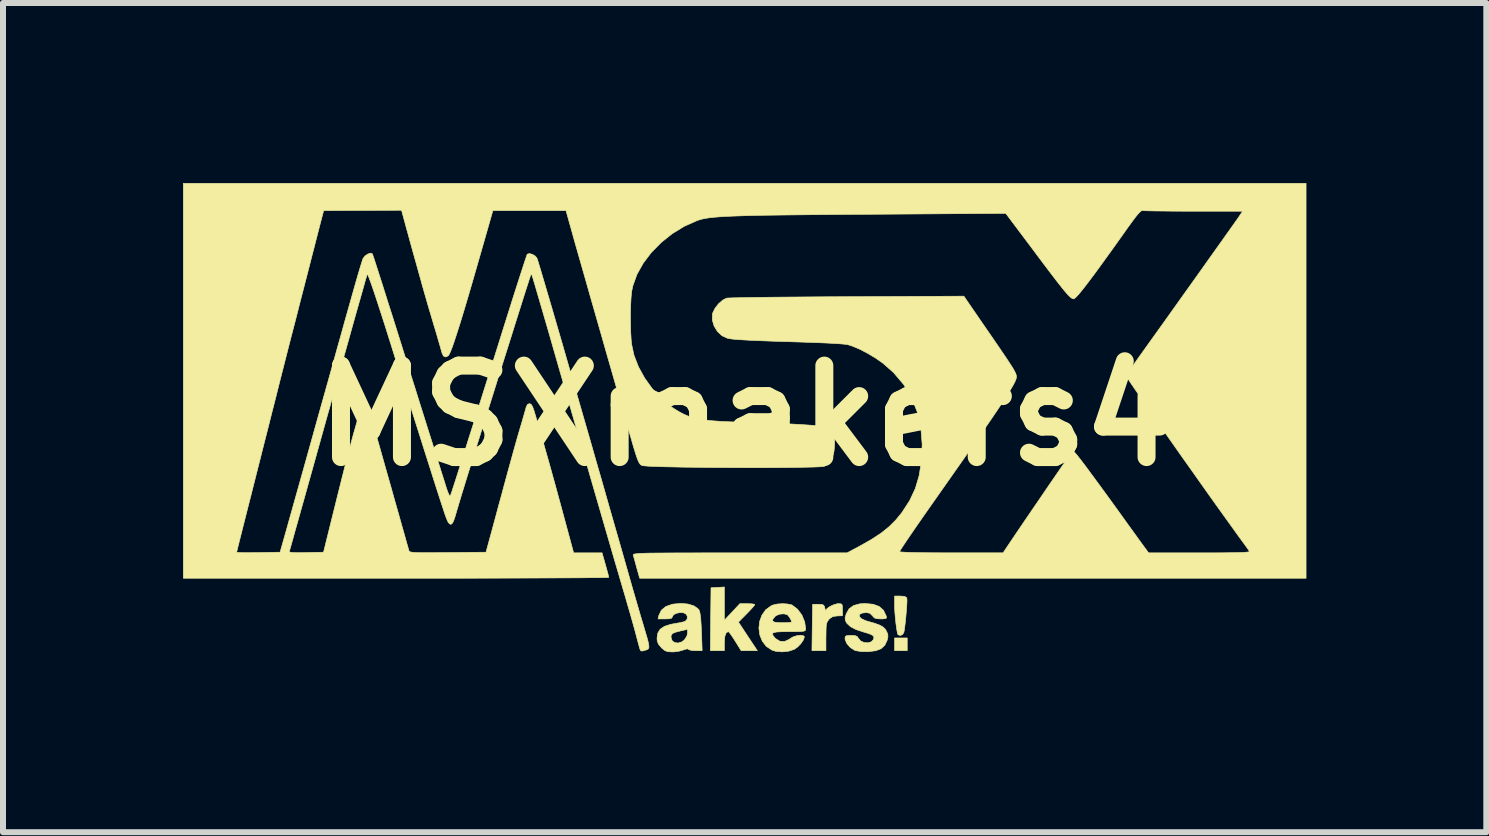
<source format=kicad_pcb>
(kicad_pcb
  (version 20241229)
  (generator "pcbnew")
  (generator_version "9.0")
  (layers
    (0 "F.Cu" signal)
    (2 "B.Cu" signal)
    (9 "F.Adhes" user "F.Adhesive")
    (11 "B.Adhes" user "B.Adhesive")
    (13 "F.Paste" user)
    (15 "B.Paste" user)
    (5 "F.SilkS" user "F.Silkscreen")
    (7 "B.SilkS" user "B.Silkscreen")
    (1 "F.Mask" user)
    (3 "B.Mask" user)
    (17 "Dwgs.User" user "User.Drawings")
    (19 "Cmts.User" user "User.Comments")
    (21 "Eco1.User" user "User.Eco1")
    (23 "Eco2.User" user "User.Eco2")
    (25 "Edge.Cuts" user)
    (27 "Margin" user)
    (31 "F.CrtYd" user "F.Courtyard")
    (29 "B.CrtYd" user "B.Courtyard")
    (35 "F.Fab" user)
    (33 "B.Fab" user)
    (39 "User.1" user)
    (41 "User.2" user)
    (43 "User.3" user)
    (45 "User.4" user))
  (footprint "MSXmakers4"
    (layer "F.Cu")
    (at 9.382 3.878)
    (property "Reference" "MSXmakers4" (at 0 0 0) (layer "F.SilkS") (effects (font (size 1.524 1.524) (thickness 0.3))))
    (attr through_hole)
    (fp_poly (pts (xy 2.688 3.916) (xy 2.477 3.916) (xy 2.477 3.704) (xy 2.688 3.704) (xy 2.688 3.916)) (stroke (width 0.01) (type solid)) (fill yes) (layer "F.SilkS"))
    (fp_poly (pts (xy 2.641 3.011) (xy 2.676 3.03) (xy 2.681 3.04) (xy 2.684 3.072) (xy 2.682 3.136) (xy 2.676 3.221) (xy 2.668 3.319) (xy 2.659 3.418) (xy 2.648 3.509) (xy 2.638 3.582) (xy 2.631 3.614) (xy 2.608 3.649) (xy 2.57 3.663) (xy 2.537 3.651) (xy 2.532 3.646) (xy 2.522 3.611) (xy 2.511 3.545) (xy 2.499 3.458) (xy 2.489 3.361) (xy 2.481 3.264) (xy 2.477 3.179) (xy 2.477 3.152) (xy 2.477 3.006) (xy 2.572 3.006) (xy 2.641 3.011)) (stroke (width 0.01) (type solid)) (fill yes) (layer "F.SilkS"))
    (fp_poly (pts (xy -0.36 3.409) (xy -0.23 3.271) (xy -0.101 3.133) (xy 0.024 3.133) (xy 0.09 3.135) (xy 0.135 3.141) (xy 0.148 3.148) (xy 0.134 3.169) (xy 0.097 3.212) (xy 0.043 3.27) (xy 0.012 3.301) (xy -0.125 3.44) (xy 0.032 3.678) (xy 0.19 3.916) (xy -0.08 3.916) (xy -0.179 3.757) (xy -0.225 3.686) (xy -0.263 3.632) (xy -0.288 3.602) (xy -0.294 3.598) (xy -0.329 3.618) (xy -0.352 3.677) (xy -0.36 3.774) (xy -0.36 3.782) (xy -0.36 3.916) (xy -0.593 3.916) (xy -0.588 3.392) (xy -0.582 2.868) (xy -0.471 2.862) (xy -0.36 2.855) (xy -0.36 3.409)) (stroke (width 0.01) (type solid)) (fill yes) (layer "F.SilkS"))
    (fp_poly (pts (xy 1.582 3.135) (xy 1.602 3.149) (xy 1.608 3.187) (xy 1.609 3.234) (xy 1.609 3.334) (xy 1.52 3.337) (xy 1.449 3.347) (xy 1.398 3.379) (xy 1.382 3.396) (xy 1.361 3.425) (xy 1.346 3.457) (xy 1.338 3.502) (xy 1.335 3.569) (xy 1.334 3.668) (xy 1.333 3.684) (xy 1.333 3.916) (xy 1.1 3.916) (xy 1.105 3.53) (xy 1.111 3.143) (xy 1.206 3.143) (xy 1.266 3.146) (xy 1.296 3.158) (xy 1.311 3.188) (xy 1.315 3.207) (xy 1.325 3.243) (xy 1.331 3.247) (xy 1.331 3.246) (xy 1.352 3.214) (xy 1.4 3.18) (xy 1.462 3.151) (xy 1.522 3.134) (xy 1.542 3.133) (xy 1.582 3.135)) (stroke (width 0.01) (type solid)) (fill yes) (layer "F.SilkS"))
    (fp_poly (pts (xy -0.965 3.139) (xy -0.868 3.169) (xy -0.8 3.216) (xy -0.78 3.242) (xy -0.766 3.289) (xy -0.754 3.375) (xy -0.746 3.499) (xy -0.741 3.604) (xy -0.73 3.916) (xy -0.84 3.916) (xy -0.903 3.912) (xy -0.946 3.902) (xy -0.956 3.894) (xy -0.98 3.885) (xy -1.035 3.901) (xy -1.042 3.904) (xy -1.112 3.924) (xy -1.196 3.936) (xy -1.229 3.937) (xy -1.3 3.933) (xy -1.349 3.916) (xy -1.397 3.878) (xy -1.41 3.865) (xy -1.458 3.808) (xy -1.478 3.755) (xy -1.482 3.709) (xy -1.479 3.691) (xy -1.249 3.691) (xy -1.232 3.748) (xy -1.19 3.781) (xy -1.131 3.789) (xy -1.068 3.769) (xy -1.026 3.737) (xy -0.984 3.673) (xy -0.974 3.622) (xy -0.974 3.56) (xy -1.086 3.586) (xy -1.169 3.607) (xy -1.218 3.627) (xy -1.242 3.65) (xy -1.249 3.683) (xy -1.249 3.691) (xy -1.479 3.691) (xy -1.469 3.624) (xy -1.43 3.559) (xy -1.359 3.511) (xy -1.254 3.477) (xy -1.154 3.459) (xy -1.084 3.447) (xy -1.028 3.432) (xy -1.011 3.426) (xy -0.979 3.389) (xy -0.978 3.34) (xy -0.999 3.306) (xy -1.043 3.284) (xy -1.103 3.282) (xy -1.162 3.294) (xy -1.209 3.32) (xy -1.228 3.355) (xy -1.228 3.356) (xy -1.239 3.374) (xy -1.277 3.384) (xy -1.346 3.387) (xy -1.465 3.387) (xy -1.451 3.328) (xy -1.409 3.241) (xy -1.333 3.179) (xy -1.223 3.141) (xy -1.082 3.128) (xy -0.965 3.139)) (stroke (width 0.01) (type solid)) (fill yes) (layer "F.SilkS"))
    (fp_poly (pts (xy 0.692 3.138) (xy 0.758 3.152) (xy 0.769 3.156) (xy 0.859 3.225) (xy 0.932 3.322) (xy 0.979 3.437) (xy 0.995 3.549) (xy 0.994 3.569) (xy 0.985 3.583) (xy 0.963 3.591) (xy 0.921 3.596) (xy 0.851 3.598) (xy 0.747 3.598) (xy 0.72 3.598) (xy 0.596 3.6) (xy 0.51 3.605) (xy 0.46 3.616) (xy 0.441 3.634) (xy 0.45 3.662) (xy 0.483 3.702) (xy 0.496 3.716) (xy 0.566 3.759) (xy 0.643 3.763) (xy 0.722 3.727) (xy 0.737 3.715) (xy 0.786 3.686) (xy 0.847 3.667) (xy 0.906 3.659) (xy 0.953 3.664) (xy 0.973 3.683) (xy 0.974 3.686) (xy 0.958 3.736) (xy 0.917 3.797) (xy 0.862 3.854) (xy 0.803 3.895) (xy 0.71 3.925) (xy 0.6 3.936) (xy 0.494 3.926) (xy 0.434 3.907) (xy 0.339 3.844) (xy 0.272 3.757) (xy 0.231 3.654) (xy 0.216 3.542) (xy 0.228 3.429) (xy 0.231 3.421) (xy 0.444 3.421) (xy 0.474 3.44) (xy 0.542 3.449) (xy 0.603 3.45) (xy 0.679 3.449) (xy 0.735 3.445) (xy 0.761 3.439) (xy 0.762 3.438) (xy 0.751 3.404) (xy 0.725 3.359) (xy 0.697 3.324) (xy 0.69 3.318) (xy 0.635 3.302) (xy 0.566 3.307) (xy 0.505 3.33) (xy 0.487 3.344) (xy 0.449 3.39) (xy 0.444 3.421) (xy 0.231 3.421) (xy 0.266 3.325) (xy 0.329 3.235) (xy 0.419 3.169) (xy 0.451 3.155) (xy 0.521 3.139) (xy 0.607 3.133) (xy 0.692 3.138)) (stroke (width 0.01) (type solid)) (fill yes) (layer "F.SilkS"))
    (fp_poly (pts (xy 2.118 3.142) (xy 2.22 3.179) (xy 2.293 3.244) (xy 2.338 3.339) (xy 2.338 3.339) (xy 2.343 3.367) (xy 2.331 3.381) (xy 2.292 3.386) (xy 2.248 3.387) (xy 2.18 3.383) (xy 2.139 3.369) (xy 2.11 3.337) (xy 2.108 3.334) (xy 2.064 3.292) (xy 2.005 3.281) (xy 1.93 3.291) (xy 1.892 3.314) (xy 1.89 3.347) (xy 1.922 3.382) (xy 1.99 3.414) (xy 2.024 3.425) (xy 2.141 3.458) (xy 2.224 3.488) (xy 2.281 3.519) (xy 2.319 3.554) (xy 2.34 3.587) (xy 2.364 3.641) (xy 2.366 3.689) (xy 2.353 3.744) (xy 2.314 3.826) (xy 2.253 3.883) (xy 2.164 3.917) (xy 2.042 3.932) (xy 2.032 3.932) (xy 1.917 3.93) (xy 1.831 3.916) (xy 1.808 3.908) (xy 1.738 3.862) (xy 1.683 3.8) (xy 1.654 3.734) (xy 1.651 3.712) (xy 1.655 3.682) (xy 1.675 3.667) (xy 1.721 3.662) (xy 1.752 3.662) (xy 1.817 3.665) (xy 1.853 3.679) (xy 1.873 3.708) (xy 1.874 3.709) (xy 1.912 3.755) (xy 1.97 3.78) (xy 2.034 3.785) (xy 2.09 3.768) (xy 2.126 3.729) (xy 2.128 3.723) (xy 2.133 3.69) (xy 2.117 3.664) (xy 2.075 3.642) (xy 2.001 3.617) (xy 1.968 3.608) (xy 1.835 3.564) (xy 1.741 3.515) (xy 1.682 3.46) (xy 1.673 3.446) (xy 1.655 3.404) (xy 1.653 3.365) (xy 1.67 3.308) (xy 1.673 3.299) (xy 1.719 3.218) (xy 1.795 3.163) (xy 1.9 3.135) (xy 1.984 3.13) (xy 2.118 3.142)) (stroke (width 0.01) (type solid)) (fill yes) (layer "F.SilkS"))
    (fp_poly (pts (xy 9.335 2.709) (xy -1.771 2.709) (xy -1.82 2.535) (xy -1.843 2.45) (xy -1.863 2.378) (xy -1.876 2.331) (xy -1.879 2.323) (xy -1.879 2.316) (xy -1.873 2.311) (xy -1.86 2.306) (xy -1.836 2.302) (xy -1.799 2.298) (xy -1.746 2.295) (xy -1.674 2.292) (xy -1.581 2.29) (xy -1.464 2.289) (xy -1.321 2.288) (xy -1.149 2.287) (xy -0.945 2.287) (xy -0.707 2.286) (xy -0.432 2.286) (xy -0.117 2.286) (xy 1.686 2.286) (xy 1.904 2.169) (xy 2.096 2.06) (xy 2.254 1.956) (xy 2.386 1.85) (xy 2.5 1.736) (xy 2.6 1.613) (xy 2.728 1.416) (xy 2.822 1.216) (xy 2.886 1.001) (xy 2.922 0.777) (xy 2.937 0.48) (xy 2.915 0.2) (xy 2.856 -0.06) (xy 2.76 -0.301) (xy 2.628 -0.521) (xy 2.459 -0.72) (xy 2.285 -0.873) (xy 2.166 -0.957) (xy 2.034 -1.036) (xy 1.901 -1.106) (xy 1.778 -1.158) (xy 1.693 -1.185) (xy 1.649 -1.191) (xy 1.568 -1.198) (xy 1.457 -1.205) (xy 1.321 -1.212) (xy 1.168 -1.218) (xy 1.001 -1.224) (xy 0.921 -1.227) (xy 0.661 -1.235) (xy 0.44 -1.242) (xy 0.255 -1.249) (xy 0.102 -1.255) (xy -0.022 -1.262) (xy -0.121 -1.268) (xy -0.198 -1.274) (xy -0.256 -1.281) (xy -0.299 -1.289) (xy -0.307 -1.29) (xy -0.398 -1.332) (xy -0.475 -1.403) (xy -0.531 -1.495) (xy -0.561 -1.596) (xy -0.558 -1.696) (xy -0.554 -1.711) (xy -0.516 -1.789) (xy -0.457 -1.865) (xy -0.387 -1.926) (xy -0.324 -1.959) (xy -0.295 -1.961) (xy -0.226 -1.964) (xy -0.121 -1.966) (xy 0.017 -1.969) (xy 0.185 -1.971) (xy 0.38 -1.974) (xy 0.599 -1.976) (xy 0.839 -1.978) (xy 1.096 -1.98) (xy 1.368 -1.982) (xy 1.652 -1.983) (xy 1.684 -1.983) (xy 3.632 -1.992) (xy 3.971 -1.498) (xy 4.099 -1.313) (xy 4.205 -1.158) (xy 4.291 -1.032) (xy 4.359 -0.931) (xy 4.411 -0.851) (xy 4.45 -0.79) (xy 4.476 -0.743) (xy 4.494 -0.709) (xy 4.503 -0.682) (xy 4.508 -0.661) (xy 4.508 -0.643) (xy 4.503 -0.615) (xy 4.486 -0.572) (xy 4.456 -0.513) (xy 4.411 -0.436) (xy 4.352 -0.339) (xy 4.275 -0.221) (xy 4.181 -0.08) (xy 4.068 0.087) (xy 3.934 0.281) (xy 3.779 0.505) (xy 3.601 0.759) (xy 3.45 0.974) (xy 3.266 1.236) (xy 3.105 1.465) (xy 2.967 1.662) (xy 2.851 1.829) (xy 2.756 1.967) (xy 2.681 2.077) (xy 2.625 2.161) (xy 2.587 2.219) (xy 2.566 2.254) (xy 2.561 2.266) (xy 2.582 2.271) (xy 2.642 2.275) (xy 2.74 2.279) (xy 2.872 2.282) (xy 3.036 2.284) (xy 3.23 2.285) (xy 3.424 2.285) (xy 4.286 2.285) (xy 4.374 2.153) (xy 4.426 2.076) (xy 4.494 1.975) (xy 4.576 1.854) (xy 4.667 1.72) (xy 4.765 1.576) (xy 4.866 1.429) (xy 4.966 1.282) (xy 5.062 1.141) (xy 5.151 1.012) (xy 5.229 0.898) (xy 5.294 0.804) (xy 5.34 0.737) (xy 5.364 0.704) (xy 5.407 0.647) (xy 5.441 0.607) (xy 5.459 0.593) (xy 5.477 0.61) (xy 5.519 0.659) (xy 5.582 0.739) (xy 5.665 0.848) (xy 5.765 0.984) (xy 5.883 1.144) (xy 6.016 1.326) (xy 6.163 1.529) (xy 6.213 1.598) (xy 6.306 1.728) (xy 6.396 1.853) (xy 6.478 1.966) (xy 6.547 2.062) (xy 6.6 2.135) (xy 6.629 2.175) (xy 6.711 2.286) (xy 7.558 2.286) (xy 7.777 2.286) (xy 7.957 2.285) (xy 8.101 2.283) (xy 8.211 2.281) (xy 8.293 2.278) (xy 8.347 2.274) (xy 8.379 2.269) (xy 8.39 2.263) (xy 8.39 2.26) (xy 8.37 2.229) (xy 8.333 2.177) (xy 8.297 2.127) (xy 8.196 1.989) (xy 8.084 1.833) (xy 7.961 1.662) (xy 7.83 1.479) (xy 7.693 1.287) (xy 7.553 1.089) (xy 7.411 0.888) (xy 7.269 0.688) (xy 7.13 0.49) (xy 6.995 0.298) (xy 6.867 0.115) (xy 6.748 -0.056) (xy 6.64 -0.212) (xy 6.546 -0.349) (xy 6.466 -0.466) (xy 6.403 -0.559) (xy 6.36 -0.625) (xy 6.338 -0.661) (xy 6.336 -0.666) (xy 6.351 -0.691) (xy 6.387 -0.745) (xy 6.441 -0.823) (xy 6.509 -0.919) (xy 6.588 -1.03) (xy 6.641 -1.104) (xy 6.753 -1.261) (xy 6.875 -1.431) (xy 7.004 -1.611) (xy 7.137 -1.798) (xy 7.273 -1.989) (xy 7.409 -2.179) (xy 7.542 -2.366) (xy 7.67 -2.546) (xy 7.79 -2.715) (xy 7.9 -2.869) (xy 7.998 -3.007) (xy 8.08 -3.123) (xy 8.145 -3.215) (xy 8.19 -3.278) (xy 8.21 -3.307) (xy 8.278 -3.408) (xy 7.468 -3.408) (xy 7.285 -3.408) (xy 7.114 -3.409) (xy 6.961 -3.411) (xy 6.83 -3.412) (xy 6.725 -3.414) (xy 6.652 -3.416) (xy 6.617 -3.419) (xy 6.615 -3.419) (xy 6.597 -3.418) (xy 6.574 -3.402) (xy 6.542 -3.37) (xy 6.497 -3.316) (xy 6.438 -3.237) (xy 6.36 -3.13) (xy 6.287 -3.026) (xy 6.108 -2.775) (xy 5.952 -2.559) (xy 5.819 -2.376) (xy 5.707 -2.227) (xy 5.617 -2.11) (xy 5.547 -2.025) (xy 5.498 -1.972) (xy 5.468 -1.948) (xy 5.463 -1.947) (xy 5.445 -1.95) (xy 5.425 -1.961) (xy 5.398 -1.983) (xy 5.363 -2.019) (xy 5.318 -2.07) (xy 5.26 -2.141) (xy 5.187 -2.234) (xy 5.097 -2.351) (xy 4.987 -2.496) (xy 4.855 -2.672) (xy 4.803 -2.742) (xy 4.33 -3.372) (xy 2.109 -3.357) (xy 1.713 -3.355) (xy 1.356 -3.352) (xy 1.036 -3.349) (xy 0.752 -3.346) (xy 0.501 -3.343) (xy 0.28 -3.34) (xy 0.088 -3.336) (xy -0.078 -3.331) (xy -0.221 -3.326) (xy -0.343 -3.321) (xy -0.446 -3.314) (xy -0.533 -3.307) (xy -0.605 -3.299) (xy -0.666 -3.29) (xy -0.717 -3.28) (xy -0.761 -3.269) (xy -0.801 -3.256) (xy -0.813 -3.252) (xy -1.027 -3.157) (xy -1.229 -3.033) (xy -1.413 -2.886) (xy -1.576 -2.721) (xy -1.711 -2.543) (xy -1.816 -2.356) (xy -1.885 -2.165) (xy -1.904 -2.074) (xy -1.914 -1.978) (xy -1.921 -1.85) (xy -1.925 -1.704) (xy -1.924 -1.55) (xy -1.921 -1.4) (xy -1.913 -1.265) (xy -1.906 -1.193) (xy -1.866 -1.007) (xy -1.792 -0.816) (xy -1.688 -0.627) (xy -1.56 -0.449) (xy -1.414 -0.289) (xy -1.255 -0.155) (xy -1.193 -0.114) (xy -1.114 -0.066) (xy -1.04 -0.027) (xy -0.965 0.006) (xy -0.885 0.033) (xy -0.796 0.054) (xy -0.692 0.071) (xy -0.568 0.084) (xy -0.42 0.095) (xy -0.243 0.103) (xy -0.032 0.11) (xy 0.159 0.116) (xy 0.372 0.122) (xy 0.577 0.13) (xy 0.767 0.139) (xy 0.938 0.149) (xy 1.086 0.159) (xy 1.206 0.17) (xy 1.293 0.18) (xy 1.343 0.19) (xy 1.346 0.191) (xy 1.391 0.222) (xy 1.435 0.272) (xy 1.441 0.28) (xy 1.464 0.326) (xy 1.476 0.376) (xy 1.478 0.445) (xy 1.476 0.502) (xy 1.468 0.591) (xy 1.453 0.653) (xy 1.427 0.705) (xy 1.406 0.735) (xy 1.363 0.789) (xy 1.324 0.831) (xy 1.313 0.841) (xy 1.286 0.847) (xy 1.22 0.852) (xy 1.12 0.856) (xy 0.99 0.859) (xy 0.835 0.862) (xy 0.658 0.864) (xy 0.464 0.865) (xy 0.257 0.866) (xy 0.041 0.866) (xy -0.18 0.865) (xy -0.401 0.864) (xy -0.619 0.863) (xy -0.829 0.86) (xy -1.027 0.858) (xy -1.21 0.854) (xy -1.371 0.851) (xy -1.509 0.846) (xy -1.618 0.842) (xy -1.694 0.836) (xy -1.733 0.831) (xy -1.736 0.83) (xy -1.76 0.812) (xy -1.783 0.78) (xy -1.806 0.729) (xy -1.833 0.651) (xy -1.868 0.538) (xy -1.87 0.533) (xy -1.888 0.47) (xy -1.917 0.369) (xy -1.956 0.236) (xy -2.003 0.074) (xy -2.056 -0.112) (xy -2.116 -0.319) (xy -2.18 -0.543) (xy -2.248 -0.78) (xy -2.319 -1.026) (xy -2.39 -1.276) (xy -2.462 -1.527) (xy -2.533 -1.775) (xy -2.602 -2.016) (xy -2.667 -2.245) (xy -2.728 -2.459) (xy -2.784 -2.655) (xy -2.833 -2.826) (xy -2.874 -2.971) (xy -2.895 -3.048) (xy -2.999 -3.418) (xy -4.218 -3.418) (xy -4.363 -2.91) (xy -4.463 -2.562) (xy -4.552 -2.253) (xy -4.631 -1.982) (xy -4.701 -1.747) (xy -4.762 -1.547) (xy -4.815 -1.381) (xy -4.859 -1.246) (xy -4.895 -1.142) (xy -4.925 -1.066) (xy -4.948 -1.018) (xy -4.961 -0.999) (xy -5.004 -0.978) (xy -5.042 -0.995) (xy -5.064 -1.041) (xy -5.074 -1.075) (xy -5.093 -1.144) (xy -5.121 -1.239) (xy -5.154 -1.354) (xy -5.192 -1.482) (xy -5.202 -1.513) (xy -5.243 -1.653) (xy -5.284 -1.789) (xy -5.32 -1.914) (xy -5.35 -2.018) (xy -5.371 -2.091) (xy -5.372 -2.095) (xy -5.394 -2.172) (xy -5.423 -2.278) (xy -5.458 -2.402) (xy -5.494 -2.532) (xy -5.511 -2.593) (xy -5.55 -2.731) (xy -5.591 -2.88) (xy -5.63 -3.022) (xy -5.664 -3.144) (xy -5.673 -3.178) (xy -5.74 -3.424) (xy -6.389 -3.421) (xy -7.038 -3.418) (xy -7.107 -3.154) (xy -7.129 -3.068) (xy -7.16 -2.948) (xy -7.197 -2.802) (xy -7.24 -2.637) (xy -7.285 -2.46) (xy -7.332 -2.278) (xy -7.357 -2.18) (xy -7.402 -2.006) (xy -7.445 -1.839) (xy -7.484 -1.684) (xy -7.519 -1.548) (xy -7.548 -1.437) (xy -7.569 -1.356) (xy -7.578 -1.323) (xy -7.59 -1.275) (xy -7.612 -1.189) (xy -7.642 -1.072) (xy -7.679 -0.926) (xy -7.722 -0.757) (xy -7.77 -0.569) (xy -7.821 -0.365) (xy -7.875 -0.151) (xy -7.906 -0.032) (xy -7.965 0.205) (xy -8.027 0.447) (xy -8.088 0.69) (xy -8.148 0.926) (xy -8.204 1.148) (xy -8.255 1.35) (xy -8.3 1.526) (xy -8.336 1.668) (xy -8.341 1.688) (xy -8.379 1.838) (xy -8.413 1.974) (xy -8.443 2.091) (xy -8.466 2.184) (xy -8.481 2.247) (xy -8.488 2.275) (xy -8.488 2.276) (xy -8.468 2.279) (xy -8.412 2.282) (xy -8.328 2.283) (xy -8.222 2.282) (xy -8.126 2.281) (xy -7.764 2.275) (xy -7.662 1.916) (xy -7.621 1.769) (xy -7.57 1.587) (xy -7.51 1.373) (xy -7.443 1.135) (xy -7.37 0.875) (xy -7.293 0.6) (xy -7.213 0.314) (xy -7.132 0.022) (xy -7.05 -0.27) (xy -6.969 -0.558) (xy -6.891 -0.837) (xy -6.818 -1.101) (xy -6.749 -1.345) (xy -6.688 -1.566) (xy -6.658 -1.672) (xy -6.605 -1.86) (xy -6.555 -2.037) (xy -6.509 -2.199) (xy -6.468 -2.341) (xy -6.433 -2.459) (xy -6.406 -2.547) (xy -6.389 -2.602) (xy -6.383 -2.617) (xy -6.351 -2.66) (xy -6.305 -2.693) (xy -6.259 -2.709) (xy -6.229 -2.702) (xy -6.226 -2.694) (xy -6.218 -2.675) (xy -6.207 -2.643) (xy -6.191 -2.594) (xy -6.17 -2.529) (xy -6.142 -2.443) (xy -6.108 -2.336) (xy -6.066 -2.206) (xy -6.017 -2.05) (xy -5.959 -1.866) (xy -5.891 -1.654) (xy -5.814 -1.409) (xy -5.727 -1.132) (xy -5.629 -0.819) (xy -5.518 -0.469) (xy -5.451 -0.254) (xy -5.378 -0.022) (xy -5.308 0.201) (xy -5.241 0.412) (xy -5.18 0.607) (xy -5.125 0.782) (xy -5.078 0.932) (xy -5.039 1.055) (xy -5.01 1.147) (xy -4.993 1.203) (xy -4.99 1.212) (xy -4.966 1.279) (xy -4.945 1.325) (xy -4.931 1.34) (xy -4.93 1.339) (xy -4.927 1.333) (xy -4.922 1.321) (xy -4.914 1.3) (xy -4.903 1.268) (xy -4.888 1.223) (xy -4.869 1.163) (xy -4.844 1.087) (xy -4.814 0.992) (xy -4.777 0.876) (xy -4.733 0.739) (xy -4.682 0.577) (xy -4.623 0.388) (xy -4.554 0.172) (xy -4.477 -0.074) (xy -4.389 -0.353) (xy -4.291 -0.665) (xy -4.181 -1.013) (xy -4.06 -1.399) (xy -4.011 -1.556) (xy -3.945 -1.765) (xy -3.883 -1.962) (xy -3.825 -2.143) (xy -3.773 -2.305) (xy -3.728 -2.443) (xy -3.692 -2.555) (xy -3.665 -2.635) (xy -3.649 -2.682) (xy -3.644 -2.692) (xy -3.608 -2.702) (xy -3.558 -2.689) (xy -3.51 -2.659) (xy -3.484 -2.627) (xy -3.474 -2.6) (xy -3.454 -2.534) (xy -3.423 -2.433) (xy -3.383 -2.297) (xy -3.334 -2.131) (xy -3.276 -1.935) (xy -3.211 -1.713) (xy -3.139 -1.466) (xy -3.061 -1.198) (xy -2.978 -0.91) (xy -2.89 -0.605) (xy -2.797 -0.285) (xy -2.701 0.047) (xy -2.602 0.39) (xy -2.502 0.74) (xy -2.399 1.096) (xy -2.297 1.455) (xy -2.194 1.814) (xy -2.091 2.172) (xy -1.99 2.526) (xy -1.935 2.72) (xy -1.891 2.874) (xy -1.843 3.039) (xy -1.796 3.201) (xy -1.753 3.348) (xy -1.722 3.45) (xy -1.68 3.593) (xy -1.648 3.701) (xy -1.628 3.778) (xy -1.618 3.832) (xy -1.618 3.866) (xy -1.627 3.886) (xy -1.645 3.898) (xy -1.672 3.907) (xy -1.681 3.91) (xy -1.731 3.923) (xy -1.756 3.915) (xy -1.771 3.878) (xy -1.777 3.856) (xy -1.792 3.8) (xy -1.814 3.718) (xy -1.839 3.624) (xy -1.848 3.588) (xy -1.869 3.513) (xy -1.899 3.406) (xy -1.936 3.275) (xy -1.979 3.129) (xy -2.023 2.975) (xy -2.052 2.879) (xy -2.116 2.659) (xy -2.188 2.415) (xy -2.266 2.146) (xy -2.352 1.85) (xy -2.446 1.526) (xy -2.549 1.171) (xy -2.661 0.784) (xy -2.782 0.363) (xy -2.914 -0.093) (xy -3.056 -0.586) (xy -3.209 -1.118) (xy -3.231 -1.196) (xy -3.292 -1.408) (xy -3.35 -1.607) (xy -3.403 -1.79) (xy -3.451 -1.954) (xy -3.492 -2.094) (xy -3.525 -2.207) (xy -3.55 -2.289) (xy -3.565 -2.337) (xy -3.569 -2.348) (xy -3.585 -2.348) (xy -3.593 -2.326) (xy -3.612 -2.269) (xy -3.64 -2.181) (xy -3.677 -2.067) (xy -3.72 -1.931) (xy -3.768 -1.779) (xy -3.805 -1.662) (xy -3.854 -1.506) (xy -3.913 -1.317) (xy -3.981 -1.102) (xy -4.055 -0.868) (xy -4.133 -0.621) (xy -4.212 -0.368) (xy -4.291 -0.117) (xy -4.368 0.125) (xy -4.382 0.169) (xy -4.451 0.39) (xy -4.519 0.606) (xy -4.583 0.812) (xy -4.643 1.004) (xy -4.696 1.176) (xy -4.742 1.325) (xy -4.778 1.445) (xy -4.804 1.533) (xy -4.814 1.566) (xy -4.845 1.673) (xy -4.869 1.744) (xy -4.889 1.787) (xy -4.908 1.806) (xy -4.921 1.81) (xy -4.944 1.8) (xy -4.968 1.766) (xy -4.995 1.702) (xy -5.021 1.63) (xy -5.047 1.55) (xy -5.086 1.431) (xy -5.136 1.277) (xy -5.196 1.09) (xy -5.265 0.872) (xy -5.344 0.625) (xy -5.43 0.352) (xy -5.524 0.056) (xy -5.625 -0.262) (xy -5.731 -0.599) (xy -5.843 -0.952) (xy -5.928 -1.224) (xy -6.015 -1.5) (xy -6.091 -1.736) (xy -6.155 -1.933) (xy -6.208 -2.092) (xy -6.25 -2.213) (xy -6.281 -2.297) (xy -6.302 -2.345) (xy -6.312 -2.357) (xy -6.313 -2.356) (xy -6.32 -2.331) (xy -6.339 -2.268) (xy -6.367 -2.169) (xy -6.404 -2.037) (xy -6.45 -1.876) (xy -6.504 -1.686) (xy -6.564 -1.472) (xy -6.63 -1.235) (xy -6.702 -0.979) (xy -6.779 -0.706) (xy -6.859 -0.418) (xy -6.943 -0.119) (xy -6.965 -0.042) (xy -7.049 0.259) (xy -7.13 0.549) (xy -7.207 0.826) (xy -7.28 1.086) (xy -7.347 1.327) (xy -7.409 1.546) (xy -7.463 1.741) (xy -7.511 1.909) (xy -7.549 2.047) (xy -7.579 2.153) (xy -7.599 2.224) (xy -7.609 2.258) (xy -7.61 2.26) (xy -7.605 2.271) (xy -7.578 2.278) (xy -7.524 2.282) (xy -7.437 2.283) (xy -7.33 2.281) (xy -7.04 2.275) (xy -6.825 1.408) (xy -6.776 1.212) (xy -6.728 1.02) (xy -6.682 0.838) (xy -6.639 0.672) (xy -6.601 0.527) (xy -6.57 0.41) (xy -6.547 0.326) (xy -6.542 0.307) (xy -6.511 0.2) (xy -6.481 0.094) (xy -6.456 0.005) (xy -6.443 -0.041) (xy -6.411 -0.137) (xy -6.377 -0.195) (xy -6.344 -0.213) (xy -6.314 -0.192) (xy -6.288 -0.13) (xy -6.286 -0.122) (xy -6.274 -0.079) (xy -6.252 -0.002) (xy -6.223 0.105) (xy -6.186 0.235) (xy -6.145 0.382) (xy -6.1 0.54) (xy -6.082 0.603) (xy -6.029 0.792) (xy -5.971 0.996) (xy -5.912 1.204) (xy -5.856 1.405) (xy -5.804 1.586) (xy -5.765 1.725) (xy -5.726 1.864) (xy -5.69 1.99) (xy -5.66 2.098) (xy -5.636 2.182) (xy -5.621 2.234) (xy -5.617 2.249) (xy -5.611 2.26) (xy -5.599 2.268) (xy -5.574 2.274) (xy -5.534 2.279) (xy -5.473 2.282) (xy -5.387 2.283) (xy -5.271 2.283) (xy -5.121 2.282) (xy -4.969 2.281) (xy -4.332 2.275) (xy -4.263 2.021) (xy -4.239 1.934) (xy -4.207 1.814) (xy -4.167 1.668) (xy -4.124 1.506) (xy -4.077 1.336) (xy -4.031 1.164) (xy -4.025 1.143) (xy -3.978 0.969) (xy -3.929 0.792) (xy -3.882 0.621) (xy -3.838 0.464) (xy -3.8 0.33) (xy -3.77 0.228) (xy -3.768 0.222) (xy -3.735 0.111) (xy -3.706 0.01) (xy -3.682 -0.073) (xy -3.667 -0.127) (xy -3.665 -0.138) (xy -3.641 -0.188) (xy -3.609 -0.201) (xy -3.582 -0.191) (xy -3.558 -0.155) (xy -3.533 -0.086) (xy -3.529 -0.074) (xy -3.493 0.047) (xy -3.447 0.203) (xy -3.394 0.387) (xy -3.336 0.592) (xy -3.274 0.811) (xy -3.211 1.038) (xy -3.148 1.267) (xy -3.087 1.491) (xy -3.048 1.635) (xy -2.872 2.286) (xy -2.398 2.286) (xy -2.342 2.483) (xy -2.318 2.569) (xy -2.299 2.639) (xy -2.288 2.684) (xy -2.286 2.694) (xy -2.307 2.696) (xy -2.368 2.698) (xy -2.467 2.699) (xy -2.601 2.7) (xy -2.77 2.702) (xy -2.969 2.703) (xy -3.198 2.704) (xy -3.454 2.705) (xy -3.734 2.706) (xy -4.038 2.707) (xy -4.361 2.708) (xy -4.703 2.709) (xy -5.061 2.709) (xy -5.433 2.709) (xy -5.817 2.709) (xy -9.377 2.709) (xy -9.377 -3.873) (xy 9.335 -3.873) (xy 9.335 2.709)) (stroke (width 0.01) (type solid)) (fill yes) (layer "F.SilkS")))
  (gr_rect
    (start -3 -3)
    (end 21.721 10.82)
    (stroke (width 0.1) (type default))
    (fill no)
    (layer "Edge.Cuts")))
</source>
